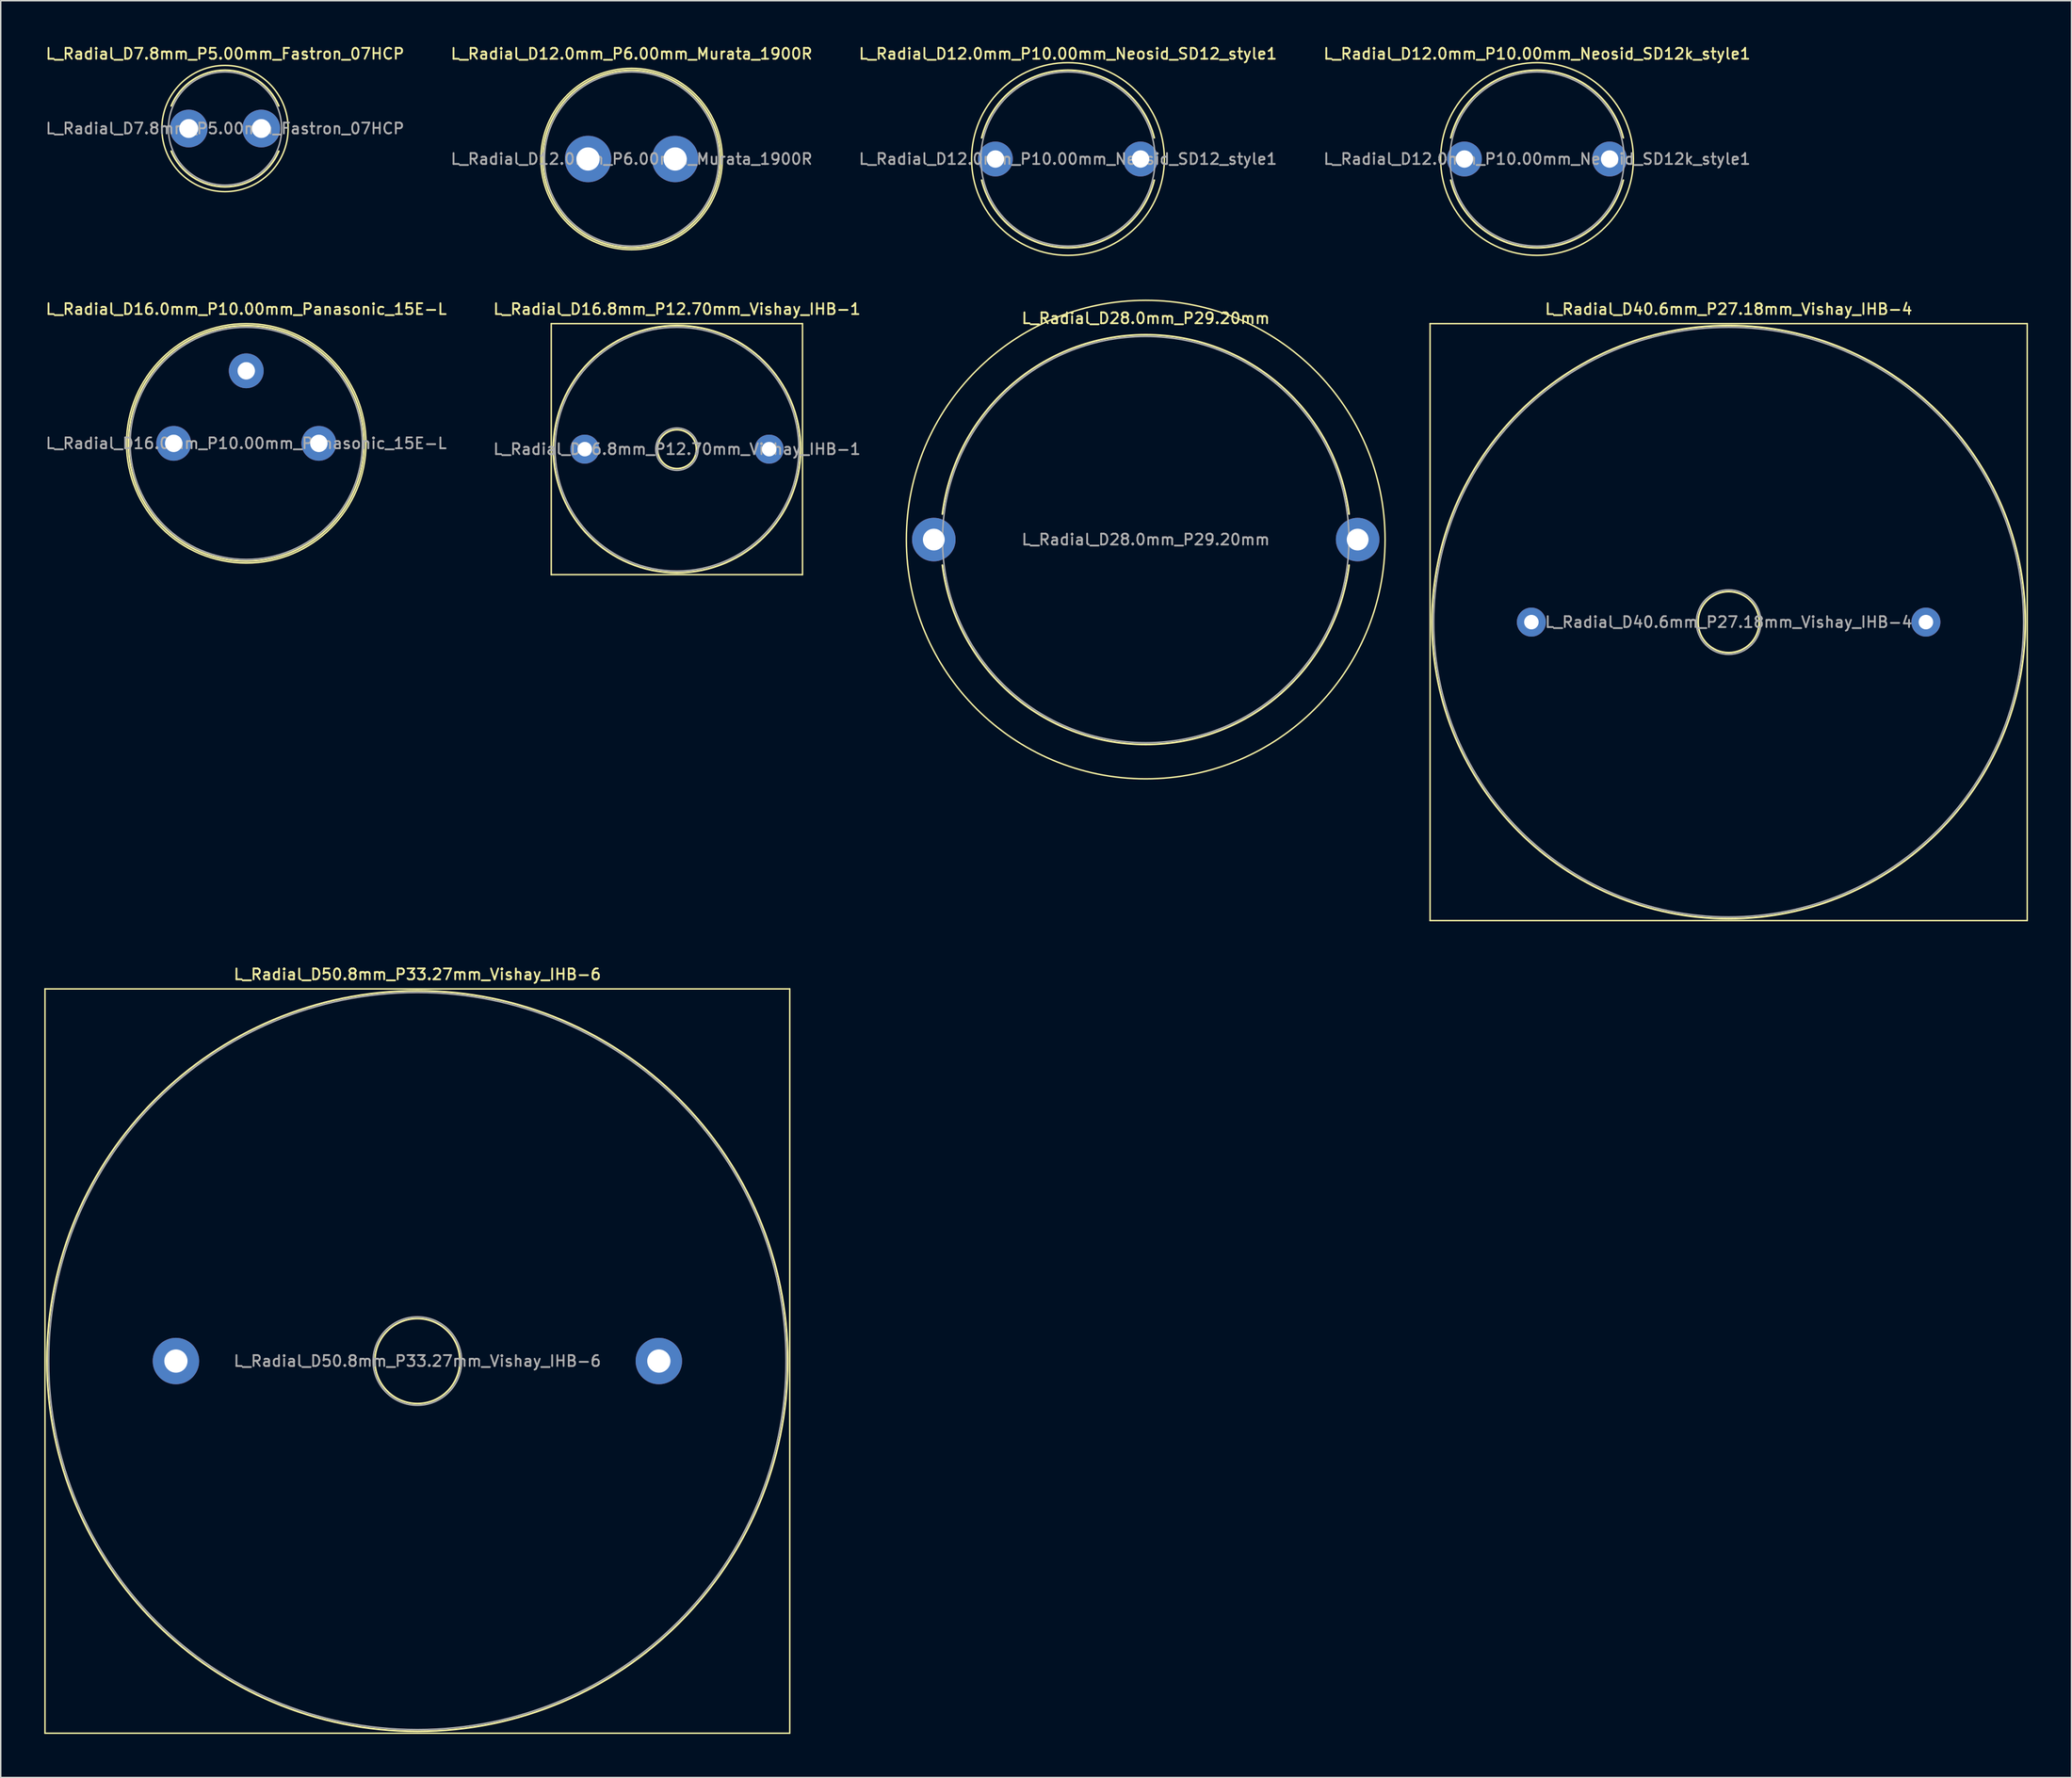
<source format=kicad_pcb>
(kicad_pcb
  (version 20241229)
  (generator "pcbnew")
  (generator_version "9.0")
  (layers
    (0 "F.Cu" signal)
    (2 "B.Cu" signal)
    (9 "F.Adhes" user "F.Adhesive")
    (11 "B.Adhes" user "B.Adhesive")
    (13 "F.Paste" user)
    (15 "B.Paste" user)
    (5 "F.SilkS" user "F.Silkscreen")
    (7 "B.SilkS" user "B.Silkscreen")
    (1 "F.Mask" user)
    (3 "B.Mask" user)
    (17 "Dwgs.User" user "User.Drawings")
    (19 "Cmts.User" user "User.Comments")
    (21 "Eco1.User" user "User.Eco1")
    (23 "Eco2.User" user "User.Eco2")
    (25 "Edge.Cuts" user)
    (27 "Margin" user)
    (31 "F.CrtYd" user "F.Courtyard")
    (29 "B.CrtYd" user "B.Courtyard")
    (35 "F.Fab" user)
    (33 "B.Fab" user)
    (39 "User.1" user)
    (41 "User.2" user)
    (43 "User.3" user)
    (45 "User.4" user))
  (footprint "L_Radial_D7.8mm_P5.00mm_Fastron_07HCP"
    (layer "F.Cu")
    (at 9.952 5.808)
    (property "Reference" "L_Radial_D7.8mm_P5.00mm_Fastron_07HCP" (at 2.5 -5.15 0) (layer "F.SilkS") (effects (font (size 0.75 0.75) (thickness 0.125))))
    (attr through_hole)
    (fp_arc (start -1.20497 -1.56) (mid 2.5 -4.02) (end 6.20497 -1.56) (stroke (width 0.12) (type solid)) (layer "F.SilkS"))
    (fp_arc (start 6.20497 1.56) (mid 2.5 4.02) (end -1.20497 1.56) (stroke (width 0.12) (type solid)) (layer "F.SilkS"))
    (fp_circle (center 2.5 0) (end 6.85 0) (stroke (width 0.1) (type solid)) (fill no) (layer "F.SilkS"))
    (fp_circle (center 2.5 0) (end 6.4 0) (stroke (width 0.1) (type solid)) (fill no) (layer "F.Fab"))
    (fp_text user "${REFERENCE}" (at 2.5 0 0) (layer "F.Fab") (effects (font (size 0.75 0.75) (thickness 0.125))))
    (pad "1" thru_hole circle (at 0 0) (size 2.6 2.6) (drill 1.3) (layers "*.Cu" "*.Mask"))
    (pad "2" thru_hole circle (at 5 0) (size 2.6 2.6) (drill 1.3) (layers "*.Cu" "*.Mask")))
  (footprint "L_Radial_D50.8mm_P33.27mm_Vishay_IHB-6"
    (layer "F.Cu")
    (at 9.07 90.754)
    (property "Reference" "L_Radial_D50.8mm_P33.27mm_Vishay_IHB-6" (at 16.635 -26.65 0) (layer "F.SilkS") (effects (font (size 0.75 0.75) (thickness 0.125))))
    (attr through_hole)
    (fp_line (start -9.02 -25.65) (end -9.02 25.65) (stroke (width 0.1) (type solid)) (layer "F.SilkS"))
    (fp_line (start -9.02 25.65) (end 42.29 25.65) (stroke (width 0.1) (type solid)) (layer "F.SilkS"))
    (fp_line (start 42.29 -25.65) (end -9.02 -25.65) (stroke (width 0.1) (type solid)) (layer "F.SilkS"))
    (fp_line (start 42.29 25.65) (end 42.29 -25.65) (stroke (width 0.1) (type solid)) (layer "F.SilkS"))
    (fp_circle (center 16.635 0) (end 19.565 0) (stroke (width 0.12) (type solid)) (fill no) (layer "F.SilkS"))
    (fp_circle (center 16.635 0) (end 42.155 0) (stroke (width 0.12) (type solid)) (fill no) (layer "F.SilkS"))
    (fp_circle (center 16.635 0) (end 19.685 0) (stroke (width 0.1) (type solid)) (fill no) (layer "F.Fab"))
    (fp_circle (center 16.635 0) (end 42.035 0) (stroke (width 0.1) (type solid)) (fill no) (layer "F.Fab"))
    (fp_text user "${REFERENCE}" (at 16.635 0 0) (layer "F.Fab") (effects (font (size 0.75 0.75) (thickness 0.125))))
    (pad "1" thru_hole circle (at 0 0) (size 3.2 3.2) (drill 1.6) (layers "*.Cu" "*.Mask"))
    (pad "2" thru_hole circle (at 33.27 0) (size 3.2 3.2) (drill 1.6) (layers "*.Cu" "*.Mask")))
  (footprint "L_Radial_D40.6mm_P27.18mm_Vishay_IHB-4"
    (layer "F.Cu")
    (at 102.453 39.826)
    (property "Reference" "L_Radial_D40.6mm_P27.18mm_Vishay_IHB-4" (at 13.59 -21.57 0) (layer "F.SilkS") (effects (font (size 0.75 0.75) (thickness 0.125))))
    (attr through_hole)
    (fp_line (start -6.98 -20.57) (end -6.98 20.57) (stroke (width 0.1) (type solid)) (layer "F.SilkS"))
    (fp_line (start -6.98 20.57) (end 34.16 20.57) (stroke (width 0.1) (type solid)) (layer "F.SilkS"))
    (fp_line (start 34.16 -20.57) (end -6.98 -20.57) (stroke (width 0.1) (type solid)) (layer "F.SilkS"))
    (fp_line (start 34.16 20.57) (end 34.16 -20.57) (stroke (width 0.1) (type solid)) (layer "F.SilkS"))
    (fp_circle (center 13.59 0) (end 15.695 0) (stroke (width 0.12) (type solid)) (fill no) (layer "F.SilkS"))
    (fp_circle (center 13.59 0) (end 34.03 0) (stroke (width 0.12) (type solid)) (fill no) (layer "F.SilkS"))
    (fp_circle (center 13.59 0) (end 15.815 0) (stroke (width 0.1) (type solid)) (fill no) (layer "F.Fab"))
    (fp_circle (center 13.59 0) (end 33.91 0) (stroke (width 0.1) (type solid)) (fill no) (layer "F.Fab"))
    (fp_text user "${REFERENCE}" (at 13.59 0 0) (layer "F.Fab") (effects (font (size 0.75 0.75) (thickness 0.125))))
    (pad "1" thru_hole circle (at 0 0) (size 2 2) (drill 1) (layers "*.Cu" "*.Mask"))
    (pad "2" thru_hole circle (at 27.18 0) (size 2 2) (drill 1) (layers "*.Cu" "*.Mask")))
  (footprint "L_Radial_D12.0mm_P6.00mm_Murata_1900R"
    (layer "F.Cu")
    (at 37.463 7.908)
    (property "Reference" "L_Radial_D12.0mm_P6.00mm_Murata_1900R" (at 3 -7.25 0) (layer "F.SilkS") (effects (font (size 0.75 0.75) (thickness 0.125))))
    (attr through_hole)
    (fp_circle (center 3 0) (end 9.12 0) (stroke (width 0.12) (type solid)) (fill no) (layer "F.SilkS"))
    (fp_circle (center 3 0) (end 9.25 0) (stroke (width 0.1) (type solid)) (fill no) (layer "F.SilkS"))
    (fp_circle (center 3 0) (end 9 0) (stroke (width 0.1) (type solid)) (fill no) (layer "F.Fab"))
    (fp_text user "${REFERENCE}" (at 3 0 0) (layer "F.Fab") (effects (font (size 0.75 0.75) (thickness 0.125))))
    (pad "1" thru_hole circle (at 0 0) (size 3.2 3.2) (drill 1.6) (layers "*.Cu" "*.Mask"))
    (pad "2" thru_hole circle (at 6 0) (size 3.2 3.2) (drill 1.6) (layers "*.Cu" "*.Mask")))
  (footprint "L_Radial_D28.0mm_P29.20mm"
    (layer "F.Cu")
    (at 61.283 34.138)
    (property "Reference" "L_Radial_D28.0mm_P29.20mm" (at 14.6 -15.25 0) (layer "F.SilkS") (effects (font (size 0.75 0.75) (thickness 0.125))))
    (attr through_hole)
    (fp_arc (start 0.590118 -1.76) (mid 14.6 -14.12) (end 28.609882 -1.76) (stroke (width 0.12) (type solid)) (layer "F.SilkS"))
    (fp_arc (start 28.609882 1.76) (mid 14.6 14.12) (end 0.590118 1.76) (stroke (width 0.12) (type solid)) (layer "F.SilkS"))
    (fp_circle (center 14.6 0) (end 31.09 0) (stroke (width 0.1) (type solid)) (fill no) (layer "F.SilkS"))
    (fp_circle (center 14.6 0) (end 28.6 0) (stroke (width 0.1) (type solid)) (fill no) (layer "F.Fab"))
    (fp_text user "${REFERENCE}" (at 14.6 0 0) (layer "F.Fab") (effects (font (size 0.75 0.75) (thickness 0.125))))
    (pad "1" thru_hole circle (at 0 0) (size 3 3) (drill 1.5) (layers "*.Cu" "*.Mask"))
    (pad "2" thru_hole circle (at 29.2 0) (size 3 3) (drill 1.5) (layers "*.Cu" "*.Mask")))
  (footprint "L_Radial_D12.0mm_P10.00mm_Neosid_SD12k_style1"
    (layer "F.Cu")
    (at 97.841 7.908)
    (property "Reference" "L_Radial_D12.0mm_P10.00mm_Neosid_SD12k_style1" (at 5 -7.25 0) (layer "F.SilkS") (effects (font (size 0.75 0.75) (thickness 0.125))))
    (attr through_hole)
    (fp_arc (start -0.943299 -1.46) (mid 5 -6.12) (end 10.943299 -1.46) (stroke (width 0.12) (type solid)) (layer "F.SilkS"))
    (fp_arc (start 10.943299 1.46) (mid 5 6.12) (end -0.943299 1.46) (stroke (width 0.12) (type solid)) (layer "F.SilkS"))
    (fp_circle (center 5 0) (end 11.64 0) (stroke (width 0.1) (type solid)) (fill no) (layer "F.SilkS"))
    (fp_circle (center 5 0) (end 11 0) (stroke (width 0.1) (type solid)) (fill no) (layer "F.Fab"))
    (fp_text user "${REFERENCE}" (at 5 0 0) (layer "F.Fab") (effects (font (size 0.75 0.75) (thickness 0.125))))
    (pad "1" thru_hole circle (at 0 0) (size 2.4 2.4) (drill 1.2) (layers "*.Cu" "*.Mask"))
    (pad "2" thru_hole circle (at 10 0) (size 2.4 2.4) (drill 1.2) (layers "*.Cu" "*.Mask")))
  (footprint "L_Radial_D16.0mm_P10.00mm_Panasonic_15E-L"
    (layer "F.Cu")
    (at 8.916 27.506)
    (property "Reference" "L_Radial_D16.0mm_P10.00mm_Panasonic_15E-L" (at 5 -9.25 0) (layer "F.SilkS") (effects (font (size 0.75 0.75) (thickness 0.125))))
    (attr through_hole)
    (fp_circle (center 5 0) (end 13.12 0) (stroke (width 0.12) (type solid)) (fill no) (layer "F.SilkS"))
    (fp_circle (center 5 0) (end 13.25 0) (stroke (width 0.1) (type solid)) (fill no) (layer "F.SilkS"))
    (fp_circle (center 5 0) (end 13 0) (stroke (width 0.1) (type solid)) (fill no) (layer "F.Fab"))
    (fp_text user "${REFERENCE}" (at 5 0 0) (layer "F.Fab") (effects (font (size 0.75 0.75) (thickness 0.125))))
    (pad "1" thru_hole circle (at 0 0) (size 2.4 2.4) (drill 1.2) (layers "*.Cu" "*.Mask"))
    (pad "2" thru_hole circle (at 10 0) (size 2.4 2.4) (drill 1.2) (layers "*.Cu" "*.Mask"))
    (pad "MP" thru_hole circle (at 5 -5 90) (size 2.4 2.4) (drill 1.2) (layers "*.Cu" "*.Mask")))
  (footprint "L_Radial_D16.8mm_P12.70mm_Vishay_IHB-1"
    (layer "F.Cu")
    (at 37.238 27.906)
    (property "Reference" "L_Radial_D16.8mm_P12.70mm_Vishay_IHB-1" (at 6.35 -9.65 0) (layer "F.SilkS") (effects (font (size 0.75 0.75) (thickness 0.125))))
    (attr through_hole)
    (fp_line (start -2.31 -8.65) (end -2.31 8.65) (stroke (width 0.1) (type solid)) (layer "F.SilkS"))
    (fp_line (start -2.31 8.65) (end 15 8.65) (stroke (width 0.1) (type solid)) (layer "F.SilkS"))
    (fp_line (start 15 -8.65) (end -2.31 -8.65) (stroke (width 0.1) (type solid)) (layer "F.SilkS"))
    (fp_line (start 15 8.65) (end 15 -8.65) (stroke (width 0.1) (type solid)) (layer "F.SilkS"))
    (fp_circle (center 6.35 0) (end 7.69 0) (stroke (width 0.12) (type solid)) (fill no) (layer "F.SilkS"))
    (fp_circle (center 6.35 0) (end 14.87 0) (stroke (width 0.12) (type solid)) (fill no) (layer "F.SilkS"))
    (fp_circle (center 6.35 0) (end 7.81 0) (stroke (width 0.1) (type solid)) (fill no) (layer "F.Fab"))
    (fp_circle (center 6.35 0) (end 14.75 0) (stroke (width 0.1) (type solid)) (fill no) (layer "F.Fab"))
    (fp_text user "${REFERENCE}" (at 6.35 0 0) (layer "F.Fab") (effects (font (size 0.75 0.75) (thickness 0.125))))
    (pad "1" thru_hole circle (at 0 0) (size 2 2) (drill 1) (layers "*.Cu" "*.Mask"))
    (pad "2" thru_hole circle (at 12.7 0) (size 2 2) (drill 1) (layers "*.Cu" "*.Mask")))
  (footprint "L_Radial_D12.0mm_P10.00mm_Neosid_SD12_style1"
    (layer "F.Cu")
    (at 65.527 7.908)
    (property "Reference" "L_Radial_D12.0mm_P10.00mm_Neosid_SD12_style1" (at 5 -7.25 0) (layer "F.SilkS") (effects (font (size 0.75 0.75) (thickness 0.125))))
    (attr through_hole)
    (fp_arc (start -0.943299 -1.46) (mid 5 -6.12) (end 10.943299 -1.46) (stroke (width 0.12) (type solid)) (layer "F.SilkS"))
    (fp_arc (start 10.943299 1.46) (mid 5 6.12) (end -0.943299 1.46) (stroke (width 0.12) (type solid)) (layer "F.SilkS"))
    (fp_circle (center 5 0) (end 11.64 0) (stroke (width 0.1) (type solid)) (fill no) (layer "F.SilkS"))
    (fp_circle (center 5 0) (end 11 0) (stroke (width 0.1) (type solid)) (fill no) (layer "F.Fab"))
    (fp_text user "${REFERENCE}" (at 5 0 0) (layer "F.Fab") (effects (font (size 0.75 0.75) (thickness 0.125))))
    (pad "1" thru_hole circle (at 0 0) (size 2.4 2.4) (drill 1.2) (layers "*.Cu" "*.Mask"))
    (pad "2" thru_hole circle (at 10 0) (size 2.4 2.4) (drill 1.2) (layers "*.Cu" "*.Mask")))
  (gr_rect
    (start -3 -3)
    (end 139.663 119.454)
    (stroke (width 0.1) (type default))
    (fill no)
    (layer "Edge.Cuts")))
</source>
